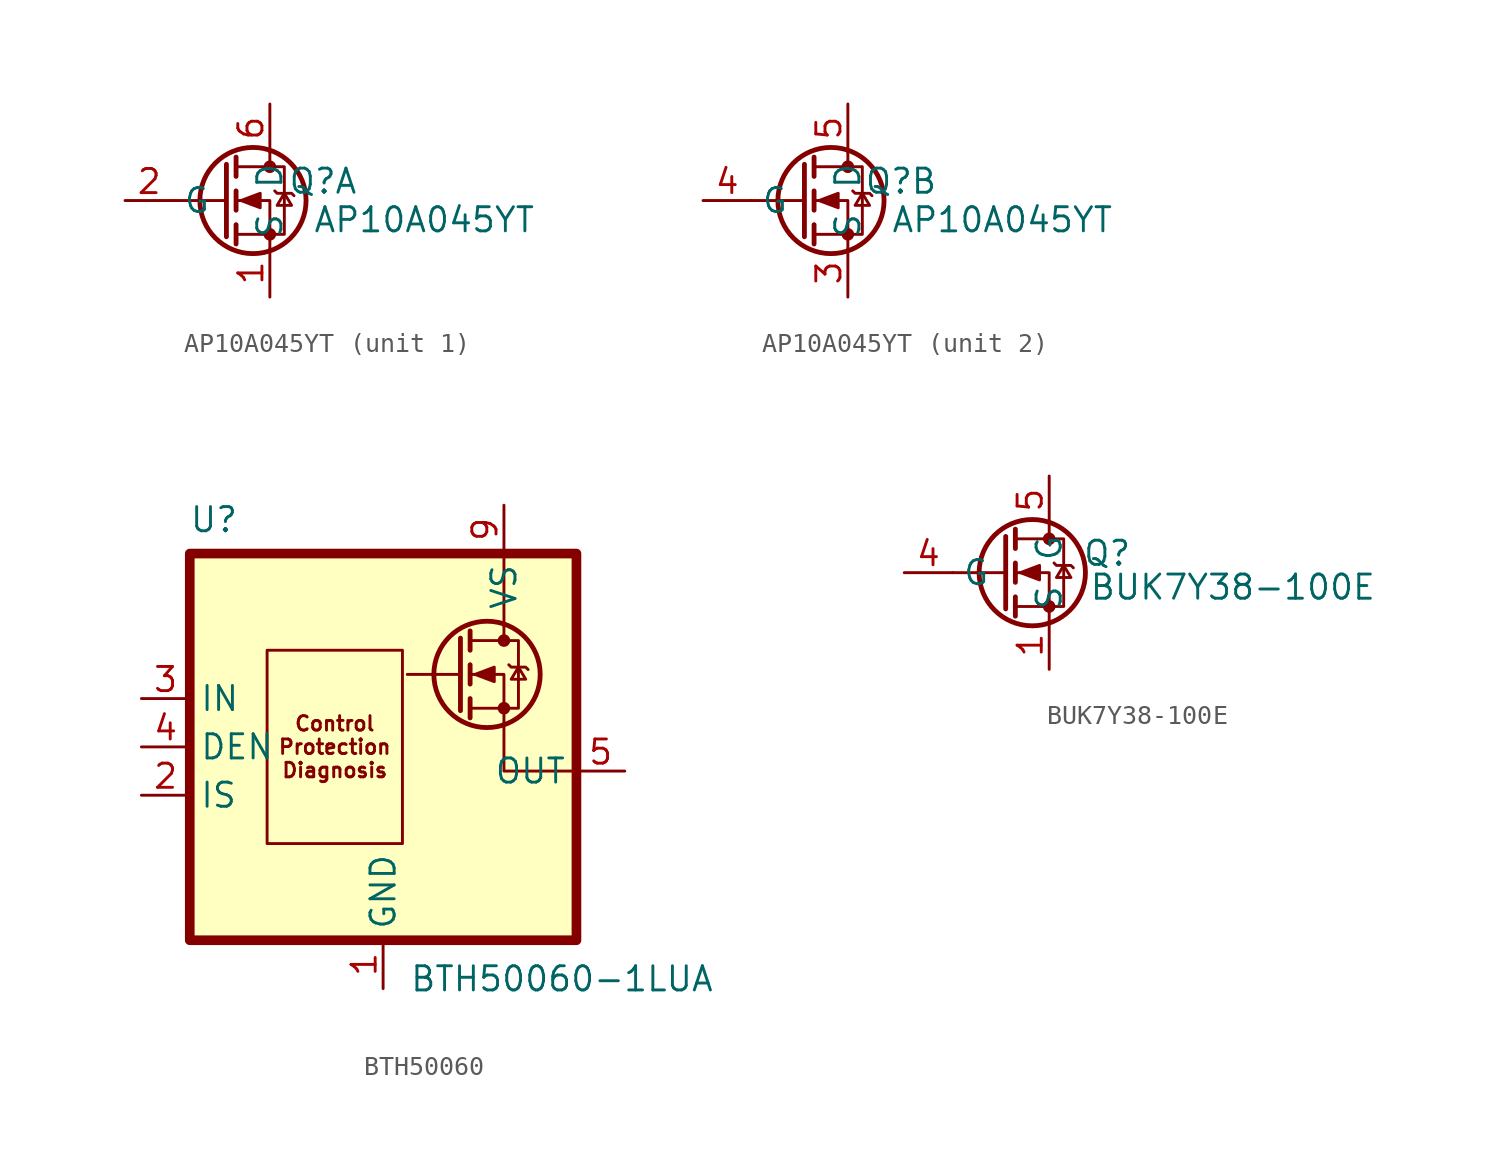
<source format=kicad_sym>
(kicad_symbol_lib
  (version 20241209)
  (generator "kicad_symbol_editor")
  (generator_version "9.0")
  (symbol "AP10A045YT"
    (property "Reference" "Q"
      (at 2.794 1.016 0)
      (effects (font (size 1.27 1.27))))
    (property "Value" "AP10A045YT"
      (at 8.128 -1.016 0)
      (effects (font (size 1.27 1.27))))
    (property "ki_locked" ""
      (at 0 0 0)
      (effects (font (size 1.27 1.27))))
    (symbol "AP10A045YT_0_1"
      (polyline (pts (xy -2.286 1.905) (xy -2.286 -1.905)) (stroke (width 0.254) (type default)) (fill (type none)))
      (polyline (pts (xy -2.286 0) (xy -5.08 0)) (stroke (width 0) (type default)) (fill (type none)))
      (polyline (pts (xy -1.778 2.286) (xy -1.778 1.27)) (stroke (width 0.254) (type default)) (fill (type none)))
      (polyline (pts (xy -1.778 0.508) (xy -1.778 -0.508)) (stroke (width 0.254) (type default)) (fill (type none)))
      (polyline (pts (xy -1.778 -1.27) (xy -1.778 -2.286)) (stroke (width 0.254) (type default)) (fill (type none)))
      (polyline (pts (xy -1.778 -1.778) (xy 0.762 -1.778) (xy 0.762 1.778) (xy -1.778 1.778)) (stroke (width 0) (type default)) (fill (type none)))
      (polyline (pts (xy -1.524 0) (xy -0.508 0.381) (xy -0.508 -0.381) (xy -1.524 0)) (stroke (width 0) (type default)) (fill (type outline)))
      (circle (center -0.889 0) (radius 2.794) (stroke (width 0.254) (type default)) (fill (type none)))
      (polyline (pts (xy 0 2.54) (xy 0 1.778)) (stroke (width 0) (type default)) (fill (type none)))
      (circle (center 0 1.778) (radius 0.254) (stroke (width 0) (type default)) (fill (type outline)))
      (circle (center 0 -1.778) (radius 0.254) (stroke (width 0) (type default)) (fill (type outline)))
      (polyline (pts (xy 0 -2.54) (xy 0 0) (xy -1.778 0)) (stroke (width 0) (type default)) (fill (type none)))
      (polyline (pts (xy 0.254 0.508) (xy 0.381 0.381) (xy 1.143 0.381) (xy 1.27 0.254)) (stroke (width 0) (type default)) (fill (type none)))
      (polyline (pts (xy 0.762 0.381) (xy 0.381 -0.254) (xy 1.143 -0.254) (xy 0.762 0.381)) (stroke (width 0) (type default)) (fill (type none))))
    (symbol "AP10A045YT_1_1"
      (pin passive line (at -7.62 0 0) (length 2.54) (name "G" (effects (font (size 1.27 1.27)))) (number "2" (effects (font (size 1.27 1.27)))))
      (pin passive line (at 0 5.08 270) (length 2.54) (name "D" (effects (font (size 1.27 1.27)))) (number "6" (effects (font (size 1.27 1.27)))))
      (pin passive line (at 0 -5.08 90) (length 2.54) (name "S" (effects (font (size 1.27 1.27)))) (number "1" (effects (font (size 1.27 1.27))))))
    (symbol "AP10A045YT_2_1"
      (pin passive line (at -7.62 0 0) (length 2.54) (name "G" (effects (font (size 1.27 1.27)))) (number "4" (effects (font (size 1.27 1.27)))))
      (pin passive line (at 0 5.08 270) (length 2.54) (name "D" (effects (font (size 1.27 1.27)))) (number "5" (effects (font (size 1.27 1.27)))))
      (pin passive line (at 0 -5.08 90) (length 2.54) (name "S" (effects (font (size 1.27 1.27)))) (number "3" (effects (font (size 1.27 1.27)))))))
  (symbol "BTH50060"
    (property "Reference" "U"
      (at -8.89 11.938 0)
      (effects (font (size 1.27 1.27))))
    (property "Value" "BTH50060-1LUA"
      (at 9.398 -12.192 0)
      (effects (font (size 1.27 1.27))))
    (symbol "BTH50060_0_1"
      (polyline (pts (xy 4.064 5.715) (xy 4.064 1.905)) (stroke (width 0.254) (type default)) (fill (type none)))
      (polyline (pts (xy 4.064 3.81) (xy 1.27 3.81)) (stroke (width 0) (type default)) (fill (type none)))
      (polyline (pts (xy 4.572 6.096) (xy 4.572 5.08)) (stroke (width 0.254) (type default)) (fill (type none)))
      (polyline (pts (xy 4.572 4.318) (xy 4.572 3.302)) (stroke (width 0.254) (type default)) (fill (type none)))
      (polyline (pts (xy 4.572 2.54) (xy 4.572 1.524)) (stroke (width 0.254) (type default)) (fill (type none)))
      (polyline (pts (xy 4.572 2.032) (xy 7.112 2.032) (xy 7.112 5.588) (xy 4.572 5.588)) (stroke (width 0) (type default)) (fill (type none)))
      (polyline (pts (xy 4.826 3.81) (xy 5.842 4.191) (xy 5.842 3.429) (xy 4.826 3.81)) (stroke (width 0) (type default)) (fill (type outline)))
      (circle (center 5.461 3.81) (radius 2.794) (stroke (width 0.254) (type default)) (fill (type none)))
      (polyline (pts (xy 6.35 6.35) (xy 6.35 5.588)) (stroke (width 0) (type default)) (fill (type none)))
      (circle (center 6.35 5.588) (radius 0.254) (stroke (width 0) (type default)) (fill (type outline)))
      (circle (center 6.35 2.032) (radius 0.254) (stroke (width 0) (type default)) (fill (type outline)))
      (polyline (pts (xy 6.35 1.27) (xy 6.35 3.81) (xy 4.572 3.81)) (stroke (width 0) (type default)) (fill (type none)))
      (polyline (pts (xy 6.604 4.318) (xy 6.731 4.191) (xy 7.493 4.191) (xy 7.62 4.064)) (stroke (width 0) (type default)) (fill (type none)))
      (polyline (pts (xy 7.112 4.191) (xy 6.731 3.556) (xy 7.493 3.556) (xy 7.112 4.191)) (stroke (width 0) (type default)) (fill (type none))))
    (symbol "BTH50060_1_1"
      (rectangle (start -10.16 10.16) (end 10.16 -10.16) (stroke (width 0.508) (type solid)) (fill (type background)))
      (rectangle (start -6.096 5.08) (end 1.016 -5.08) (stroke (width 0) (type solid)) (fill (type none)))
      (polyline (pts (xy 6.35 6.35) (xy 6.35 10.16)) (stroke (width 0) (type default)) (fill (type none)))
      (polyline (pts (xy 6.35 1.27) (xy 6.35 -1.27) (xy 10.16 -1.27)) (stroke (width 0) (type default)) (fill (type none)))
      (text "Control\nProtection\nDiagnosis" (at -2.54 0 0) (effects (font (size 0.762 0.762))))
      (pin input line (at -12.7 2.54 0) (length 2.54) (name "IN" (effects (font (size 1.27 1.27)))) (number "3" (effects (font (size 1.27 1.27)))))
      (pin input line (at -12.7 0 0) (length 2.54) (name "DEN" (effects (font (size 1.27 1.27)))) (number "4" (effects (font (size 1.27 1.27)))))
      (pin output line (at -12.7 -2.54 0) (length 2.54) (name "IS" (effects (font (size 1.27 1.27)))) (number "2" (effects (font (size 1.27 1.27)))))
      (pin power_in line (at 0 -12.7 90) (length 2.54) (name "GND" (effects (font (size 1.27 1.27)))) (number "1" (effects (font (size 1.27 1.27)))))
      (pin power_in line (at 6.35 12.7 270) (length 2.54) (name "VS" (effects (font (size 1.27 1.27)))) (number "9" (effects (font (size 1.27 1.27)))))
      (pin power_out line (at 12.7 -1.27 180) (length 2.54) (name "OUT" (effects (font (size 1.27 1.27)))) (number "5" (effects (font (size 1.27 1.27)))))))
  (symbol "BUK7Y38-100E"
    (property "Reference" "Q"
      (at 3.048 1.016 0)
      (effects (font (size 1.27 1.27))))
    (property "Value" "BUK7Y38-100E"
      (at 9.652 -0.762 0)
      (effects (font (size 1.27 1.27))))
    (symbol "BUK7Y38-100E_0_1"
      (polyline (pts (xy -2.286 1.905) (xy -2.286 -1.905)) (stroke (width 0.254) (type default)) (fill (type none)))
      (polyline (pts (xy -2.286 0) (xy -5.08 0)) (stroke (width 0) (type default)) (fill (type none)))
      (polyline (pts (xy -1.778 2.286) (xy -1.778 1.27)) (stroke (width 0.254) (type default)) (fill (type none)))
      (polyline (pts (xy -1.778 0.508) (xy -1.778 -0.508)) (stroke (width 0.254) (type default)) (fill (type none)))
      (polyline (pts (xy -1.778 -1.27) (xy -1.778 -2.286)) (stroke (width 0.254) (type default)) (fill (type none)))
      (polyline (pts (xy -1.778 -1.778) (xy 0.762 -1.778) (xy 0.762 1.778) (xy -1.778 1.778)) (stroke (width 0) (type default)) (fill (type none)))
      (polyline (pts (xy -1.524 0) (xy -0.508 0.381) (xy -0.508 -0.381) (xy -1.524 0)) (stroke (width 0) (type default)) (fill (type outline)))
      (circle (center -0.889 0) (radius 2.794) (stroke (width 0.254) (type default)) (fill (type none)))
      (polyline (pts (xy 0 2.54) (xy 0 1.778)) (stroke (width 0) (type default)) (fill (type none)))
      (circle (center 0 1.778) (radius 0.254) (stroke (width 0) (type default)) (fill (type outline)))
      (circle (center 0 -1.778) (radius 0.254) (stroke (width 0) (type default)) (fill (type outline)))
      (polyline (pts (xy 0 -2.54) (xy 0 0) (xy -1.778 0)) (stroke (width 0) (type default)) (fill (type none)))
      (polyline (pts (xy 0.254 0.508) (xy 0.381 0.381) (xy 1.143 0.381) (xy 1.27 0.254)) (stroke (width 0) (type default)) (fill (type none)))
      (polyline (pts (xy 0.762 0.381) (xy 0.381 -0.254) (xy 1.143 -0.254) (xy 0.762 0.381)) (stroke (width 0) (type default)) (fill (type none))))
    (symbol "BUK7Y38-100E_1_1"
      (pin passive line (at -7.62 0 0) (length 2.54) (name "G" (effects (font (size 1.27 1.27)))) (number "4" (effects (font (size 1.27 1.27)))))
      (pin passive line (at 0 5.08 270) (length 2.54) (name "G" (effects (font (size 1.27 1.27)))) (number "5" (effects (font (size 1.27 1.27)))))
      (pin passive line (at 0 -5.08 90) (length 2.54) (name "S" (effects (font (size 1.27 1.27)))) (number "1" (effects (font (size 1.27 1.27)))))
      (pin passive line (at 0 -5.08 90) (length 2.54) (hide yes) (name "S" (effects (font (size 1.27 1.27)))) (number "2" (effects (font (size 1.27 1.27)))))
      (pin passive line (at 0 -5.08 90) (length 2.54) (hide yes) (name "S" (effects (font (size 1.27 1.27)))) (number "3" (effects (font (size 1.27 1.27))))))))
</source>
